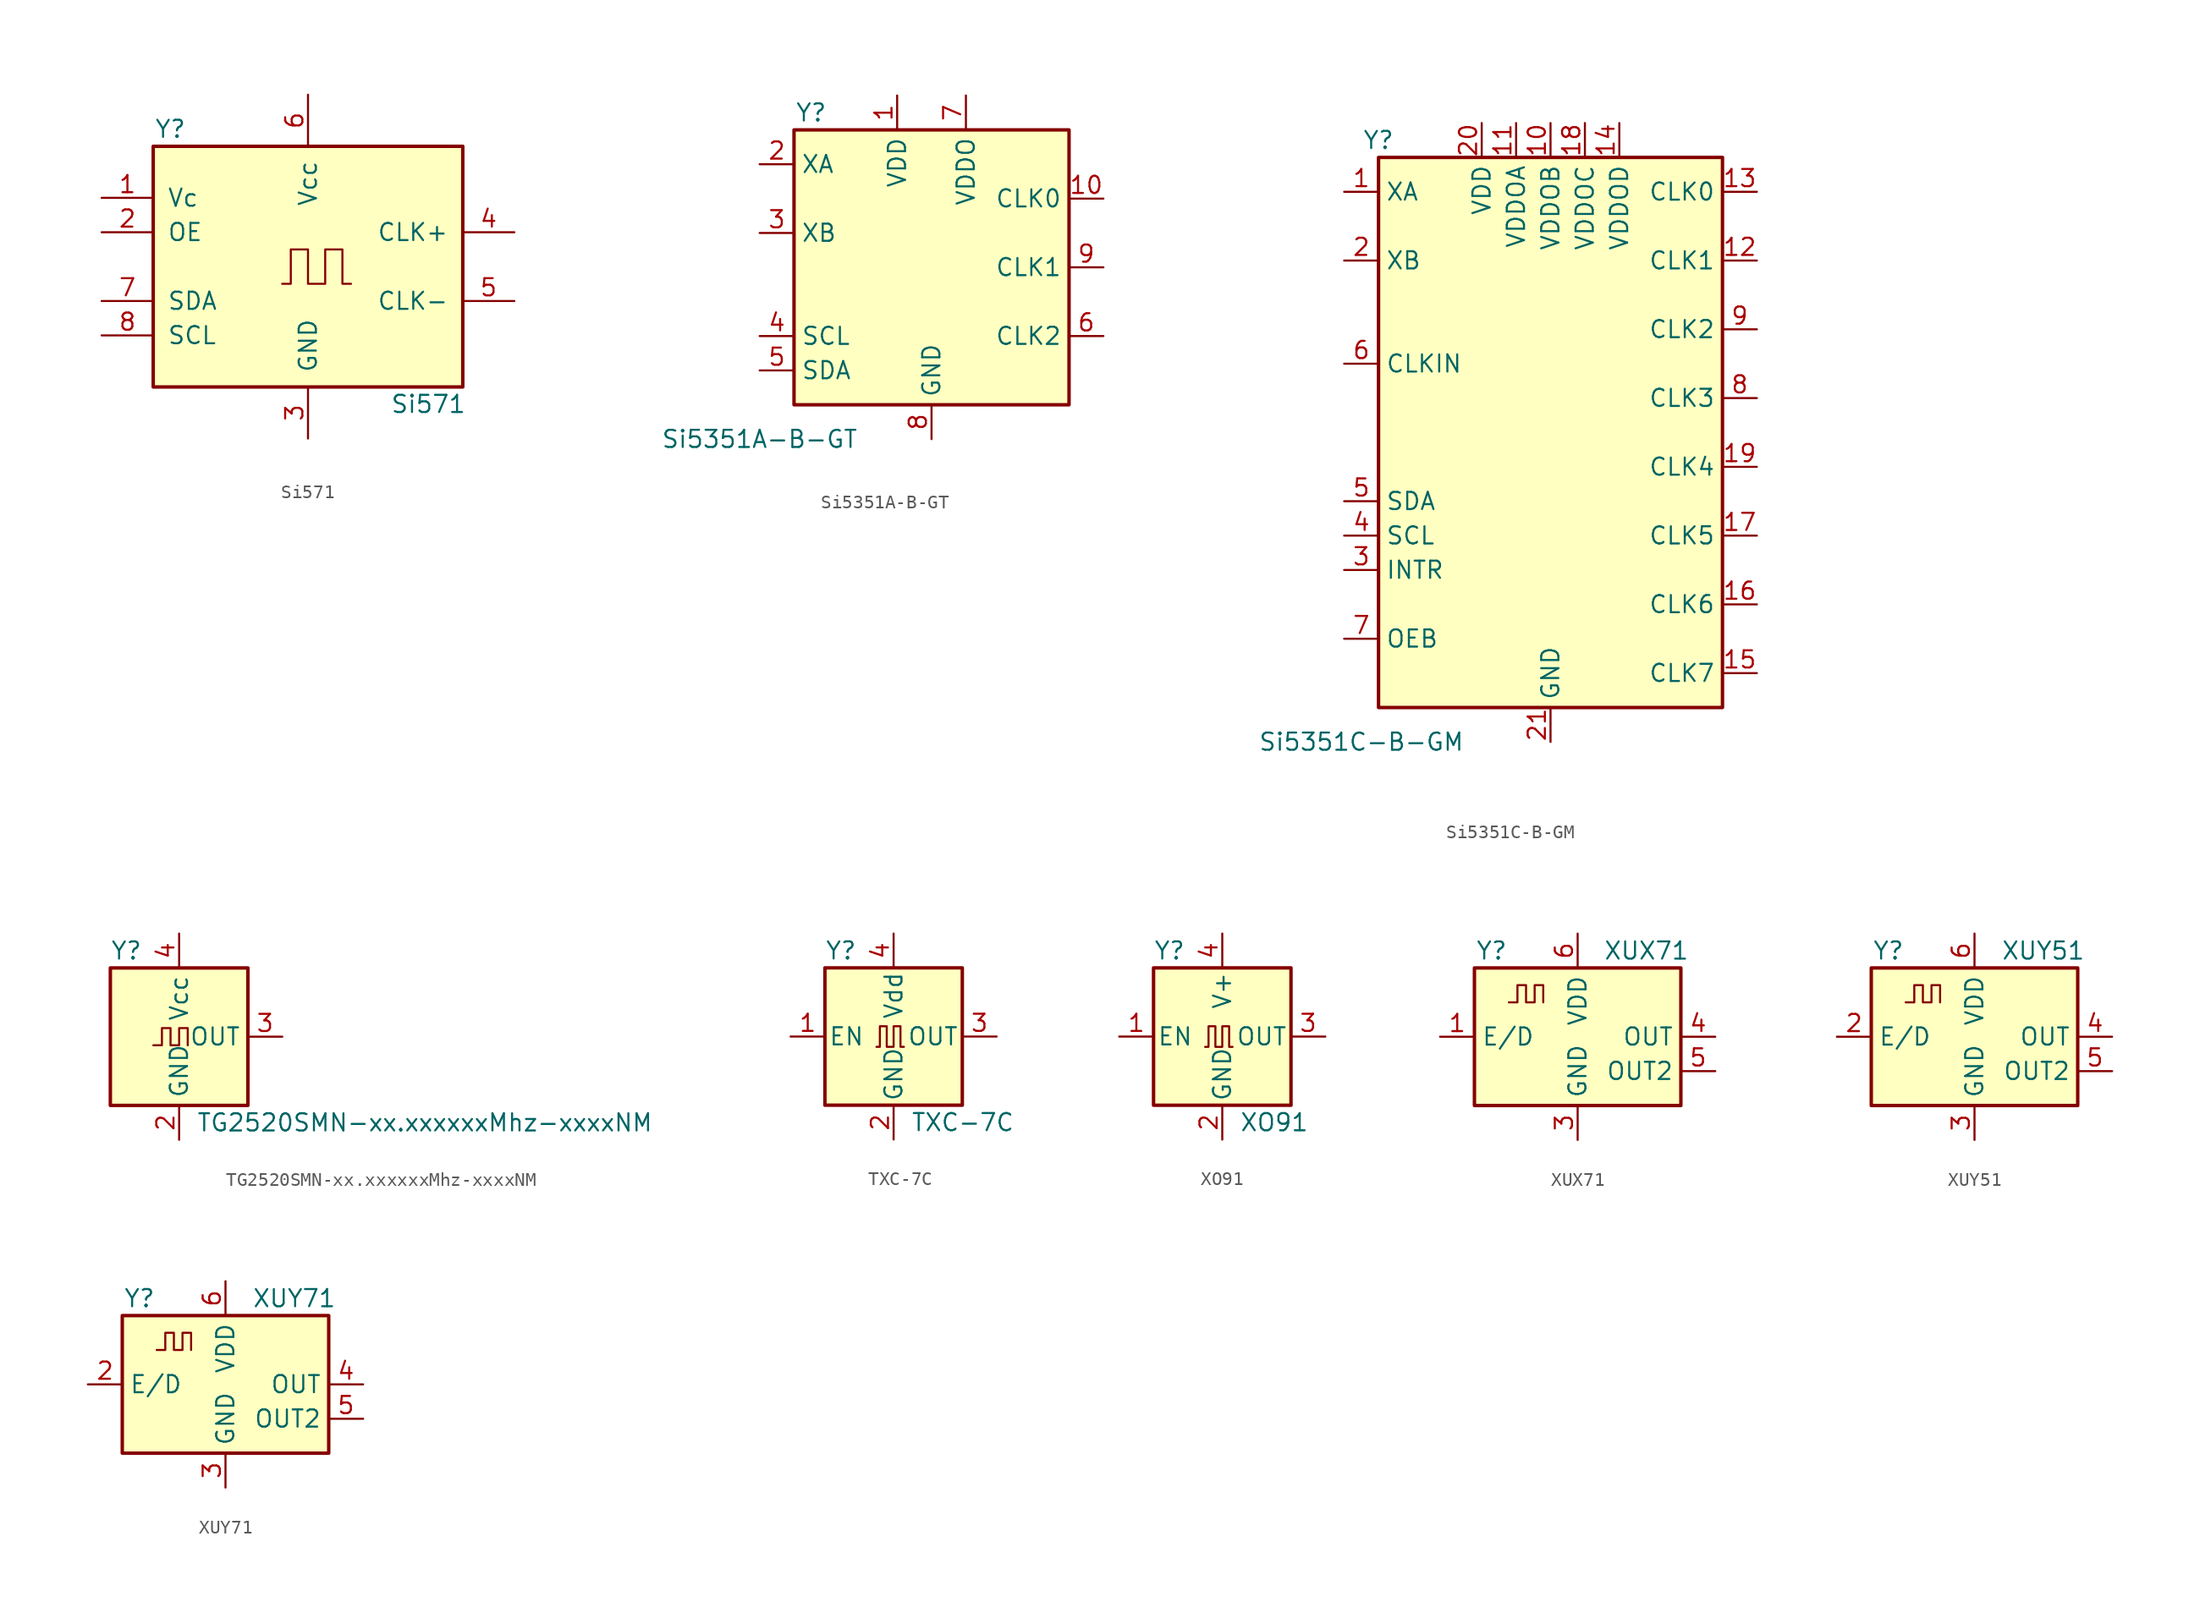
<source format=kicad_sym>
(kicad_symbol_lib
  (version 20241209)
  (generator "kicad_symbol_editor")
  (generator_version "9.0")
  (symbol "Si571"
    (pin_names
      (offset 1.016))
    (property "Reference" "Y"
      (at -10.16 10.16 0)
      (effects (font (size 1.27 1.27))))
    (property "Value" "Si571"
      (at 8.89 -10.16 0)
      (effects (font (size 1.27 1.27))))
    (symbol "Si571_0_1"
      (rectangle (start -11.43 8.89) (end 11.43 -8.89) (stroke (width 0.254) (type default)) (fill (type background)))
      (polyline (pts (xy -1.905 -1.27) (xy -1.27 -1.27) (xy -1.27 1.27) (xy 0 1.27) (xy 0 -1.27) (xy 1.27 -1.27) (xy 1.27 1.27) (xy 2.54 1.27) (xy 2.54 -1.27) (xy 3.175 -1.27)) (stroke (width 0) (type default)) (fill (type none))))
    (symbol "Si571_1_1"
      (pin input line (at -15.24 5.08 0) (length 3.81) (name "Vc" (effects (font (size 1.27 1.27)))) (number "1" (effects (font (size 1.27 1.27)))))
      (pin input line (at -15.24 2.54 0) (length 3.81) (name "OE" (effects (font (size 1.27 1.27)))) (number "2" (effects (font (size 1.27 1.27)))))
      (pin bidirectional line (at -15.24 -2.54 0) (length 3.81) (name "SDA" (effects (font (size 1.27 1.27)))) (number "7" (effects (font (size 1.27 1.27)))))
      (pin input line (at -15.24 -5.08 0) (length 3.81) (name "SCL" (effects (font (size 1.27 1.27)))) (number "8" (effects (font (size 1.27 1.27)))))
      (pin power_in line (at 0 12.7 270) (length 3.81) (name "Vcc" (effects (font (size 1.27 1.27)))) (number "6" (effects (font (size 1.27 1.27)))))
      (pin power_in line (at 0 -12.7 90) (length 3.81) (name "GND" (effects (font (size 1.27 1.27)))) (number "3" (effects (font (size 1.27 1.27)))))
      (pin output line (at 15.24 2.54 180) (length 3.81) (name "CLK+" (effects (font (size 1.27 1.27)))) (number "4" (effects (font (size 1.27 1.27)))))
      (pin output line (at 15.24 -2.54 180) (length 3.81) (name "CLK-" (effects (font (size 1.27 1.27)))) (number "5" (effects (font (size 1.27 1.27)))))))
  (symbol "Si5351A-B-GT"
    (property "Reference" "Y"
      (at -8.89 11.43 0)
      (effects (font (size 1.27 1.27))))
    (property "Value" "Si5351A-B-GT"
      (at -12.7 -12.7 0)
      (effects (font (size 1.27 1.27))))
    (symbol "Si5351A-B-GT_0_1"
      (rectangle (start -10.16 10.16) (end 10.16 -10.16) (stroke (width 0.254) (type default)) (fill (type background))))
    (symbol "Si5351A-B-GT_1_1"
      (pin input line (at -12.7 7.62 0) (length 2.54) (name "XA" (effects (font (size 1.27 1.27)))) (number "2" (effects (font (size 1.27 1.27)))))
      (pin input line (at -12.7 2.54 0) (length 2.54) (name "XB" (effects (font (size 1.27 1.27)))) (number "3" (effects (font (size 1.27 1.27)))))
      (pin input line (at -12.7 -5.08 0) (length 2.54) (name "SCL" (effects (font (size 1.27 1.27)))) (number "4" (effects (font (size 1.27 1.27)))))
      (pin bidirectional line (at -12.7 -7.62 0) (length 2.54) (name "SDA" (effects (font (size 1.27 1.27)))) (number "5" (effects (font (size 1.27 1.27)))))
      (pin power_in line (at -2.54 12.7 270) (length 2.54) (name "VDD" (effects (font (size 1.27 1.27)))) (number "1" (effects (font (size 1.27 1.27)))))
      (pin power_in line (at 0 -12.7 90) (length 2.54) (name "GND" (effects (font (size 1.27 1.27)))) (number "8" (effects (font (size 1.27 1.27)))))
      (pin power_in line (at 2.54 12.7 270) (length 2.54) (name "VDDO" (effects (font (size 1.27 1.27)))) (number "7" (effects (font (size 1.27 1.27)))))
      (pin output line (at 12.7 5.08 180) (length 2.54) (name "CLK0" (effects (font (size 1.27 1.27)))) (number "10" (effects (font (size 1.27 1.27)))))
      (pin output line (at 12.7 0 180) (length 2.54) (name "CLK1" (effects (font (size 1.27 1.27)))) (number "9" (effects (font (size 1.27 1.27)))))
      (pin output line (at 12.7 -5.08 180) (length 2.54) (name "CLK2" (effects (font (size 1.27 1.27)))) (number "6" (effects (font (size 1.27 1.27)))))))
  (symbol "Si5351C-B-GM"
    (property "Reference" "Y"
      (at -12.7 21.59 0)
      (effects (font (size 1.27 1.27))))
    (property "Value" "Si5351C-B-GM"
      (at -13.97 -22.86 0)
      (effects (font (size 1.27 1.27))))
    (symbol "Si5351C-B-GM_1_1"
      (rectangle (start -12.7 20.32) (end 12.7 -20.32) (stroke (width 0.254) (type default)) (fill (type background)))
      (pin input line (at -15.24 17.78 0) (length 2.54) (name "XA" (effects (font (size 1.27 1.27)))) (number "1" (effects (font (size 1.27 1.27)))))
      (pin input line (at -15.24 12.7 0) (length 2.54) (name "XB" (effects (font (size 1.27 1.27)))) (number "2" (effects (font (size 1.27 1.27)))))
      (pin input line (at -15.24 5.08 0) (length 2.54) (name "CLKIN" (effects (font (size 1.27 1.27)))) (number "6" (effects (font (size 1.27 1.27)))))
      (pin bidirectional line (at -15.24 -5.08 0) (length 2.54) (name "SDA" (effects (font (size 1.27 1.27)))) (number "5" (effects (font (size 1.27 1.27)))))
      (pin input line (at -15.24 -7.62 0) (length 2.54) (name "SCL" (effects (font (size 1.27 1.27)))) (number "4" (effects (font (size 1.27 1.27)))))
      (pin output line (at -15.24 -10.16 0) (length 2.54) (name "INTR" (effects (font (size 1.27 1.27)))) (number "3" (effects (font (size 1.27 1.27)))))
      (pin input line (at -15.24 -15.24 0) (length 2.54) (name "OEB" (effects (font (size 1.27 1.27)))) (number "7" (effects (font (size 1.27 1.27)))))
      (pin power_in line (at -5.08 22.86 270) (length 2.54) (name "VDD" (effects (font (size 1.27 1.27)))) (number "20" (effects (font (size 1.27 1.27)))))
      (pin power_in line (at -2.54 22.86 270) (length 2.54) (name "VDDOA" (effects (font (size 1.27 1.27)))) (number "11" (effects (font (size 1.27 1.27)))))
      (pin power_in line (at 0 22.86 270) (length 2.54) (name "VDDOB" (effects (font (size 1.27 1.27)))) (number "10" (effects (font (size 1.27 1.27)))))
      (pin power_in line (at 0 -22.86 90) (length 2.54) (name "GND" (effects (font (size 1.27 1.27)))) (number "21" (effects (font (size 1.27 1.27)))))
      (pin power_in line (at 2.54 22.86 270) (length 2.54) (name "VDDOC" (effects (font (size 1.27 1.27)))) (number "18" (effects (font (size 1.27 1.27)))))
      (pin power_in line (at 5.08 22.86 270) (length 2.54) (name "VDDOD" (effects (font (size 1.27 1.27)))) (number "14" (effects (font (size 1.27 1.27)))))
      (pin output line (at 15.24 17.78 180) (length 2.54) (name "CLK0" (effects (font (size 1.27 1.27)))) (number "13" (effects (font (size 1.27 1.27)))))
      (pin output line (at 15.24 12.7 180) (length 2.54) (name "CLK1" (effects (font (size 1.27 1.27)))) (number "12" (effects (font (size 1.27 1.27)))))
      (pin output line (at 15.24 7.62 180) (length 2.54) (name "CLK2" (effects (font (size 1.27 1.27)))) (number "9" (effects (font (size 1.27 1.27)))))
      (pin output line (at 15.24 2.54 180) (length 2.54) (name "CLK3" (effects (font (size 1.27 1.27)))) (number "8" (effects (font (size 1.27 1.27)))))
      (pin output line (at 15.24 -2.54 180) (length 2.54) (name "CLK4" (effects (font (size 1.27 1.27)))) (number "19" (effects (font (size 1.27 1.27)))))
      (pin output line (at 15.24 -7.62 180) (length 2.54) (name "CLK5" (effects (font (size 1.27 1.27)))) (number "17" (effects (font (size 1.27 1.27)))))
      (pin output line (at 15.24 -12.7 180) (length 2.54) (name "CLK6" (effects (font (size 1.27 1.27)))) (number "16" (effects (font (size 1.27 1.27)))))
      (pin output line (at 15.24 -17.78 180) (length 2.54) (name "CLK7" (effects (font (size 1.27 1.27)))) (number "15" (effects (font (size 1.27 1.27)))))))
  (symbol "TG2520SMN-xx.xxxxxxMhz-xxxxNM"
    (property "Reference" "Y"
      (at -5.08 6.35 0)
      (effects (font (size 1.27 1.27)) (justify left)))
    (property "Value" "TG2520SMN-xx.xxxxxxMhz-xxxxNM"
      (at 1.27 -6.35 0)
      (effects (font (size 1.27 1.27)) (justify left)))
    (symbol "TG2520SMN-xx.xxxxxxMhz-xxxxNM_0_1"
      (rectangle (start -5.08 5.08) (end 5.08 -5.08) (stroke (width 0.254) (type default)) (fill (type background)))
      (polyline (pts (xy -1.905 -0.635) (xy -1.27 -0.635) (xy -1.27 0.635) (xy -0.635 0.635) (xy -0.635 -0.635) (xy 0 -0.635) (xy 0 0.635) (xy 0.635 0.635) (xy 0.635 -0.635)) (stroke (width 0) (type default)) (fill (type none))))
    (symbol "TG2520SMN-xx.xxxxxxMhz-xxxxNM_1_1"
      (pin no_connect line (at -5.08 0 0) (length 2.54) (hide yes) (name "NC" (effects (font (size 1.27 1.27)))) (number "1" (effects (font (size 1.27 1.27)))))
      (pin power_in line (at 0 7.62 270) (length 2.54) (name "Vcc" (effects (font (size 1.27 1.27)))) (number "4" (effects (font (size 1.27 1.27)))))
      (pin power_in line (at 0 -7.62 90) (length 2.54) (name "GND" (effects (font (size 1.27 1.27)))) (number "2" (effects (font (size 1.27 1.27)))))
      (pin output line (at 7.62 0 180) (length 2.54) (name "OUT" (effects (font (size 1.27 1.27)))) (number "3" (effects (font (size 1.27 1.27)))))))
  (symbol "TXC-7C"
    (pin_names
      (offset 0.254))
    (property "Reference" "Y"
      (at -5.08 6.35 0)
      (effects (font (size 1.27 1.27)) (justify left)))
    (property "Value" "TXC-7C"
      (at 1.27 -6.35 0)
      (effects (font (size 1.27 1.27)) (justify left)))
    (symbol "TXC-7C_0_1"
      (rectangle (start -5.08 5.08) (end 5.08 -5.08) (stroke (width 0.254) (type default)) (fill (type background)))
      (polyline (pts (xy -1.27 -0.762) (xy -1.016 -0.762) (xy -1.016 0.762) (xy -0.508 0.762) (xy -0.508 -0.762) (xy 0 -0.762) (xy 0 0.762) (xy 0.508 0.762) (xy 0.508 -0.762) (xy 0.762 -0.762)) (stroke (width 0) (type default)) (fill (type none))))
    (symbol "TXC-7C_1_1"
      (pin input line (at -7.62 0 0) (length 2.54) (name "EN" (effects (font (size 1.27 1.27)))) (number "1" (effects (font (size 1.27 1.27)))))
      (pin power_in line (at 0 7.62 270) (length 2.54) (name "Vdd" (effects (font (size 1.27 1.27)))) (number "4" (effects (font (size 1.27 1.27)))))
      (pin power_in line (at 0 -7.62 90) (length 2.54) (name "GND" (effects (font (size 1.27 1.27)))) (number "2" (effects (font (size 1.27 1.27)))))
      (pin output line (at 7.62 0 180) (length 2.54) (name "OUT" (effects (font (size 1.27 1.27)))) (number "3" (effects (font (size 1.27 1.27)))))))
  (symbol "XO91"
    (pin_names
      (offset 0.254))
    (property "Reference" "Y"
      (at -5.08 6.35 0)
      (effects (font (size 1.27 1.27)) (justify left)))
    (property "Value" "XO91"
      (at 1.27 -6.35 0)
      (effects (font (size 1.27 1.27)) (justify left)))
    (symbol "XO91_0_1"
      (rectangle (start -5.08 5.08) (end 5.08 -5.08) (stroke (width 0.254) (type default)) (fill (type background)))
      (polyline (pts (xy 0.762 -0.762) (xy 0.508 -0.762) (xy 0.508 0.762) (xy 0 0.762) (xy 0 -0.762) (xy -0.508 -0.762) (xy -0.508 0.762) (xy -1.016 0.762) (xy -1.016 -0.762) (xy -1.27 -0.762)) (stroke (width 0) (type default)) (fill (type none))))
    (symbol "XO91_1_1"
      (pin input line (at -7.62 0 0) (length 2.54) (name "EN" (effects (font (size 1.27 1.27)))) (number "1" (effects (font (size 1.27 1.27)))))
      (pin power_in line (at 0 7.62 270) (length 2.54) (name "V+" (effects (font (size 1.27 1.27)))) (number "4" (effects (font (size 1.27 1.27)))))
      (pin power_in line (at 0 -7.62 90) (length 2.54) (name "GND" (effects (font (size 1.27 1.27)))) (number "2" (effects (font (size 1.27 1.27)))))
      (pin output line (at 7.62 0 180) (length 2.54) (name "OUT" (effects (font (size 1.27 1.27)))) (number "3" (effects (font (size 1.27 1.27)))))))
  (symbol "XUX71"
    (property "Reference" "Y"
      (at -6.35 6.35 0)
      (effects (font (size 1.27 1.27))))
    (property "Value" "XUX71"
      (at 5.08 6.35 0)
      (effects (font (size 1.27 1.27))))
    (symbol "XUX71_0_1"
      (rectangle (start -7.62 5.08) (end 7.62 -5.08) (stroke (width 0.254) (type default)) (fill (type background))))
    (symbol "XUX71_1_1"
      (polyline (pts (xy -5.08 2.54) (xy -4.445 2.54) (xy -4.445 3.81) (xy -3.81 3.81) (xy -3.81 2.54) (xy -3.175 2.54) (xy -3.175 3.81) (xy -2.54 3.81) (xy -2.54 2.54)) (stroke (width 0) (type default)) (fill (type none)))
      (pin input line (at -10.16 0 0) (length 2.54) (name "E/D" (effects (font (size 1.27 1.27)))) (number "1" (effects (font (size 1.27 1.27)))))
      (pin no_connect line (at -7.62 -2.54 0) (length 2.54) (hide yes) (name "NC" (effects (font (size 1.27 1.27)))) (number "2" (effects (font (size 1.27 1.27)))))
      (pin power_in line (at 0 7.62 270) (length 2.54) (name "VDD" (effects (font (size 1.27 1.27)))) (number "6" (effects (font (size 1.27 1.27)))))
      (pin power_in line (at 0 -7.62 90) (length 2.54) (name "GND" (effects (font (size 1.27 1.27)))) (number "3" (effects (font (size 1.27 1.27)))))
      (pin output line (at 10.16 0 180) (length 2.54) (name "OUT" (effects (font (size 1.27 1.27)))) (number "4" (effects (font (size 1.27 1.27)))))
      (pin output line (at 10.16 -2.54 180) (length 2.54) (name "OUT2" (effects (font (size 1.27 1.27)))) (number "5" (effects (font (size 1.27 1.27)))))))
  (symbol "XUY51"
    (property "Reference" "Y"
      (at -6.35 6.35 0)
      (effects (font (size 1.27 1.27))))
    (property "Value" "XUY51"
      (at 5.08 6.35 0)
      (effects (font (size 1.27 1.27))))
    (symbol "XUY51_0_1"
      (rectangle (start -7.62 5.08) (end 7.62 -5.08) (stroke (width 0.254) (type default)) (fill (type background))))
    (symbol "XUY51_1_1"
      (polyline (pts (xy -5.08 2.54) (xy -4.445 2.54) (xy -4.445 3.81) (xy -3.81 3.81) (xy -3.81 2.54) (xy -3.175 2.54) (xy -3.175 3.81) (xy -2.54 3.81) (xy -2.54 2.54)) (stroke (width 0) (type default)) (fill (type none)))
      (pin input line (at -10.16 0 0) (length 2.54) (name "E/D" (effects (font (size 1.27 1.27)))) (number "2" (effects (font (size 1.27 1.27)))))
      (pin no_connect line (at -7.62 -2.54 0) (length 2.54) (hide yes) (name "NC" (effects (font (size 1.27 1.27)))) (number "1" (effects (font (size 1.27 1.27)))))
      (pin power_in line (at 0 7.62 270) (length 2.54) (name "VDD" (effects (font (size 1.27 1.27)))) (number "6" (effects (font (size 1.27 1.27)))))
      (pin power_in line (at 0 -7.62 90) (length 2.54) (name "GND" (effects (font (size 1.27 1.27)))) (number "3" (effects (font (size 1.27 1.27)))))
      (pin output line (at 10.16 0 180) (length 2.54) (name "OUT" (effects (font (size 1.27 1.27)))) (number "4" (effects (font (size 1.27 1.27)))))
      (pin output line (at 10.16 -2.54 180) (length 2.54) (name "OUT2" (effects (font (size 1.27 1.27)))) (number "5" (effects (font (size 1.27 1.27)))))))
  (symbol "XUY71"
    (property "Reference" "Y"
      (at -6.35 6.35 0)
      (effects (font (size 1.27 1.27))))
    (property "Value" "XUY71"
      (at 5.08 6.35 0)
      (effects (font (size 1.27 1.27))))
    (symbol "XUY71_0_1"
      (rectangle (start -7.62 5.08) (end 7.62 -5.08) (stroke (width 0.254) (type default)) (fill (type background))))
    (symbol "XUY71_1_1"
      (polyline (pts (xy -5.08 2.54) (xy -4.445 2.54) (xy -4.445 3.81) (xy -3.81 3.81) (xy -3.81 2.54) (xy -3.175 2.54) (xy -3.175 3.81) (xy -2.54 3.81) (xy -2.54 2.54)) (stroke (width 0) (type default)) (fill (type none)))
      (pin input line (at -10.16 0 0) (length 2.54) (name "E/D" (effects (font (size 1.27 1.27)))) (number "2" (effects (font (size 1.27 1.27)))))
      (pin no_connect line (at -7.62 -2.54 0) (length 2.54) (hide yes) (name "NC" (effects (font (size 1.27 1.27)))) (number "1" (effects (font (size 1.27 1.27)))))
      (pin power_in line (at 0 7.62 270) (length 2.54) (name "VDD" (effects (font (size 1.27 1.27)))) (number "6" (effects (font (size 1.27 1.27)))))
      (pin power_in line (at 0 -7.62 90) (length 2.54) (name "GND" (effects (font (size 1.27 1.27)))) (number "3" (effects (font (size 1.27 1.27)))))
      (pin output line (at 10.16 0 180) (length 2.54) (name "OUT" (effects (font (size 1.27 1.27)))) (number "4" (effects (font (size 1.27 1.27)))))
      (pin output line (at 10.16 -2.54 180) (length 2.54) (name "OUT2" (effects (font (size 1.27 1.27)))) (number "5" (effects (font (size 1.27 1.27))))))))
</source>
